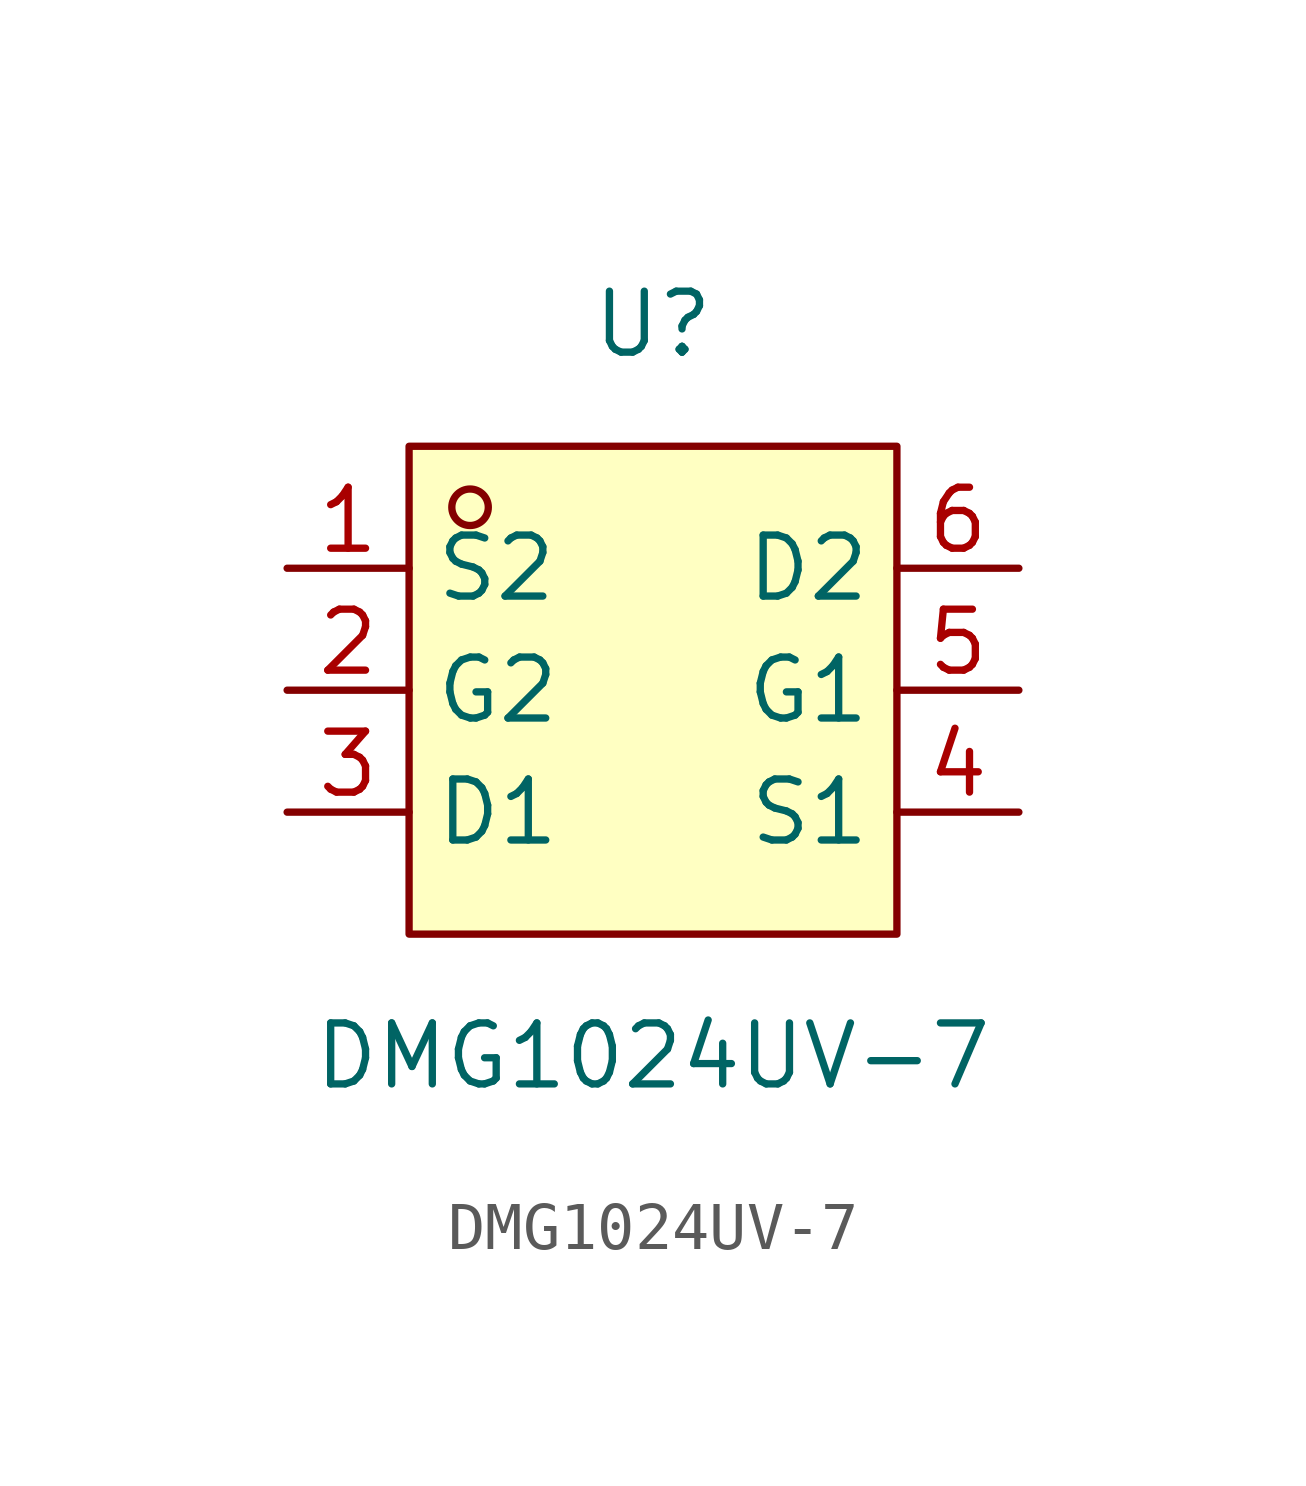
<source format=kicad_sym>
(kicad_symbol_lib
  (version 20211014)
  (generator https://github.com/uPesy/easyeda2kicad.py)
  (symbol "DMG1024UV-7"
    (property "Reference" "U"
      (at 0 7.62 0)
      (effects (font (size 1.27 1.27))))
    (property "Value" "DMG1024UV-7"
      (at 0 -7.62 0)
      (effects (font (size 1.27 1.27))))
    (symbol "DMG1024UV-7_0_1"
      (rectangle (start -5.08 5.08) (end 5.08 -5.08) (stroke (width 0) (type default) (color 0 0 0 0)) (fill (type background)))
      (circle (center -3.81 3.81) (radius 0.38) (stroke (width 0) (type default) (color 0 0 0 0)) (fill (type none)))
      (pin unspecified line (at -7.62 2.54 0) (length 2.54) (name "S2" (effects (font (size 1.27 1.27)))) (number "1" (effects (font (size 1.27 1.27)))))
      (pin unspecified line (at -7.62 -0.00 0) (length 2.54) (name "G2" (effects (font (size 1.27 1.27)))) (number "2" (effects (font (size 1.27 1.27)))))
      (pin unspecified line (at -7.62 -2.54 0) (length 2.54) (name "D1" (effects (font (size 1.27 1.27)))) (number "3" (effects (font (size 1.27 1.27)))))
      (pin unspecified line (at 7.62 -2.54 180) (length 2.54) (name "S1" (effects (font (size 1.27 1.27)))) (number "4" (effects (font (size 1.27 1.27)))))
      (pin unspecified line (at 7.62 -0.00 180) (length 2.54) (name "G1" (effects (font (size 1.27 1.27)))) (number "5" (effects (font (size 1.27 1.27)))))
      (pin unspecified line (at 7.62 2.54 180) (length 2.54) (name "D2" (effects (font (size 1.27 1.27)))) (number "6" (effects (font (size 1.27 1.27))))))))
</source>
